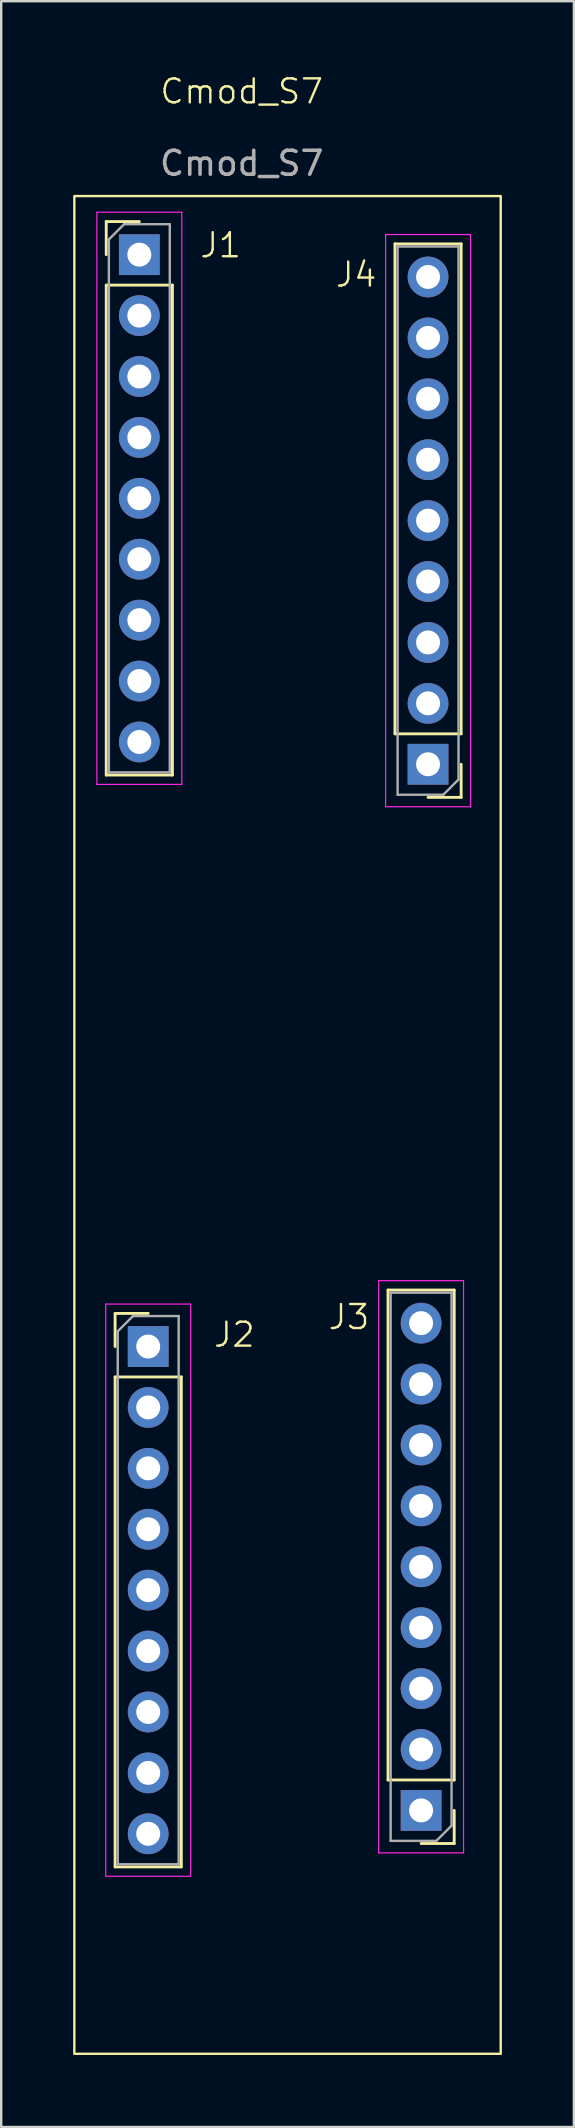
<source format=kicad_pcb>
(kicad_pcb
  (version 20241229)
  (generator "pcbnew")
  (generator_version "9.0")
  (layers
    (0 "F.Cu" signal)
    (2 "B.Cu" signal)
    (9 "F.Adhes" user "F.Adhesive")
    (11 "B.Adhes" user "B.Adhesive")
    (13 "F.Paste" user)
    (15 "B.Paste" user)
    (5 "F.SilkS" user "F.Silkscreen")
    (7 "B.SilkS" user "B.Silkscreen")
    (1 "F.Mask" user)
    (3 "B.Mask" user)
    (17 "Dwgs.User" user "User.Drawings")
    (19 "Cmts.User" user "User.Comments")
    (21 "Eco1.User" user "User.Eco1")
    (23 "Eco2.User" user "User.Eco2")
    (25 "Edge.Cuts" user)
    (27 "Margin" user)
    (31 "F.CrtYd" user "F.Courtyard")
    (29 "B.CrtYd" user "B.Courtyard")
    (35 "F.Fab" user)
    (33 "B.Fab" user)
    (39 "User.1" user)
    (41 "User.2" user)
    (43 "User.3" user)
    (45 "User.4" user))
  (footprint "Cmod_S7"
    (layer "F.Cu")
    (at 7.03 1.26)
    (property "Reference" "Cmod_S7" (at 0 -0.5 0) (unlocked yes) (layer "F.SilkS") (effects (font (size 1 1) (thickness 0.1))))
    (attr smd)
    (fp_line (start -5.65 4.93) (end -4.27 4.93) (stroke (width 0.12) (type solid)) (layer "F.SilkS"))
    (fp_line (start -5.65 6.31) (end -5.65 4.93) (stroke (width 0.12) (type solid)) (layer "F.SilkS"))
    (fp_line (start -5.65 7.58) (end -5.65 28.01) (stroke (width 0.12) (type solid)) (layer "F.SilkS"))
    (fp_line (start -5.65 7.58) (end -2.89 7.58) (stroke (width 0.12) (type solid)) (layer "F.SilkS"))
    (fp_line (start -5.65 28.01) (end -2.89 28.01) (stroke (width 0.12) (type solid)) (layer "F.SilkS"))
    (fp_line (start -5.28 50.46) (end -3.9 50.46) (stroke (width 0.12) (type solid)) (layer "F.SilkS"))
    (fp_line (start -5.28 51.84) (end -5.28 50.46) (stroke (width 0.12) (type solid)) (layer "F.SilkS"))
    (fp_line (start -5.28 53.11) (end -5.28 73.54) (stroke (width 0.12) (type solid)) (layer "F.SilkS"))
    (fp_line (start -5.28 53.11) (end -2.52 53.11) (stroke (width 0.12) (type solid)) (layer "F.SilkS"))
    (fp_line (start -5.28 73.54) (end -2.52 73.54) (stroke (width 0.12) (type solid)) (layer "F.SilkS"))
    (fp_line (start -2.89 7.58) (end -2.89 28.01) (stroke (width 0.12) (type solid)) (layer "F.SilkS"))
    (fp_line (start -2.52 53.11) (end -2.52 73.54) (stroke (width 0.12) (type solid)) (layer "F.SilkS"))
    (fp_line (start 6.1 69.915) (end 6.1 49.485) (stroke (width 0.12) (type solid)) (layer "F.SilkS"))
    (fp_line (start 6.39 26.29) (end 6.39 5.86) (stroke (width 0.12) (type solid)) (layer "F.SilkS"))
    (fp_line (start 8.86 49.485) (end 6.1 49.485) (stroke (width 0.12) (type solid)) (layer "F.SilkS"))
    (fp_line (start 8.86 69.915) (end 6.1 69.915) (stroke (width 0.12) (type solid)) (layer "F.SilkS"))
    (fp_line (start 8.86 69.915) (end 8.86 49.485) (stroke (width 0.12) (type solid)) (layer "F.SilkS"))
    (fp_line (start 8.86 71.185) (end 8.86 72.565) (stroke (width 0.12) (type solid)) (layer "F.SilkS"))
    (fp_line (start 8.86 72.565) (end 7.48 72.565) (stroke (width 0.12) (type solid)) (layer "F.SilkS"))
    (fp_line (start 9.15 5.86) (end 6.39 5.86) (stroke (width 0.12) (type solid)) (layer "F.SilkS"))
    (fp_line (start 9.15 26.29) (end 6.39 26.29) (stroke (width 0.12) (type solid)) (layer "F.SilkS"))
    (fp_line (start 9.15 26.29) (end 9.15 5.86) (stroke (width 0.12) (type solid)) (layer "F.SilkS"))
    (fp_line (start 9.15 27.56) (end 9.15 28.94) (stroke (width 0.12) (type solid)) (layer "F.SilkS"))
    (fp_line (start 9.15 28.94) (end 7.77 28.94) (stroke (width 0.12) (type solid)) (layer "F.SilkS"))
    (fp_rect (start -6.98 3.865) (end 10.8 81.335) (stroke (width 0.1) (type solid)) (fill no) (layer "F.SilkS"))
    (fp_line (start -6.04 4.54) (end -6.04 28.4) (stroke (width 0.05) (type solid)) (layer "F.CrtYd"))
    (fp_line (start -6.04 28.4) (end -2.5 28.4) (stroke (width 0.05) (type solid)) (layer "F.CrtYd"))
    (fp_line (start -5.67 50.07) (end -5.67 73.93) (stroke (width 0.05) (type solid)) (layer "F.CrtYd"))
    (fp_line (start -5.67 73.93) (end -2.13 73.93) (stroke (width 0.05) (type solid)) (layer "F.CrtYd"))
    (fp_line (start -2.5 4.54) (end -6.04 4.54) (stroke (width 0.05) (type solid)) (layer "F.CrtYd"))
    (fp_line (start -2.5 28.4) (end -2.5 4.54) (stroke (width 0.05) (type solid)) (layer "F.CrtYd"))
    (fp_line (start -2.13 50.07) (end -5.67 50.07) (stroke (width 0.05) (type solid)) (layer "F.CrtYd"))
    (fp_line (start -2.13 73.93) (end -2.13 50.07) (stroke (width 0.05) (type solid)) (layer "F.CrtYd"))
    (fp_line (start 5.71 49.095) (end 5.71 72.955) (stroke (width 0.05) (type solid)) (layer "F.CrtYd"))
    (fp_line (start 5.71 72.955) (end 9.25 72.955) (stroke (width 0.05) (type solid)) (layer "F.CrtYd"))
    (fp_line (start 6 5.47) (end 6 29.33) (stroke (width 0.05) (type solid)) (layer "F.CrtYd"))
    (fp_line (start 6 29.33) (end 9.54 29.33) (stroke (width 0.05) (type solid)) (layer "F.CrtYd"))
    (fp_line (start 9.25 49.095) (end 5.71 49.095) (stroke (width 0.05) (type solid)) (layer "F.CrtYd"))
    (fp_line (start 9.25 72.955) (end 9.25 49.095) (stroke (width 0.05) (type solid)) (layer "F.CrtYd"))
    (fp_line (start 9.54 5.47) (end 6 5.47) (stroke (width 0.05) (type solid)) (layer "F.CrtYd"))
    (fp_line (start 9.54 29.33) (end 9.54 5.47) (stroke (width 0.05) (type solid)) (layer "F.CrtYd"))
    (fp_line (start -5.54 5.675) (end -4.905 5.04) (stroke (width 0.1) (type solid)) (layer "F.Fab"))
    (fp_line (start -5.54 27.9) (end -5.54 5.675) (stroke (width 0.1) (type solid)) (layer "F.Fab"))
    (fp_line (start -5.17 51.205) (end -4.535 50.57) (stroke (width 0.1) (type solid)) (layer "F.Fab"))
    (fp_line (start -5.17 73.43) (end -5.17 51.205) (stroke (width 0.1) (type solid)) (layer "F.Fab"))
    (fp_line (start -4.905 5.04) (end -3 5.04) (stroke (width 0.1) (type solid)) (layer "F.Fab"))
    (fp_line (start -4.535 50.57) (end -2.63 50.57) (stroke (width 0.1) (type solid)) (layer "F.Fab"))
    (fp_line (start -3 5.04) (end -3 27.9) (stroke (width 0.1) (type solid)) (layer "F.Fab"))
    (fp_line (start -3 27.9) (end -5.54 27.9) (stroke (width 0.1) (type solid)) (layer "F.Fab"))
    (fp_line (start -2.63 50.57) (end -2.63 73.43) (stroke (width 0.1) (type solid)) (layer "F.Fab"))
    (fp_line (start -2.63 73.43) (end -5.17 73.43) (stroke (width 0.1) (type solid)) (layer "F.Fab"))
    (fp_line (start 6.21 49.595) (end 8.75 49.595) (stroke (width 0.1) (type solid)) (layer "F.Fab"))
    (fp_line (start 6.21 72.455) (end 6.21 49.595) (stroke (width 0.1) (type solid)) (layer "F.Fab"))
    (fp_line (start 6.5 5.97) (end 9.04 5.97) (stroke (width 0.1) (type solid)) (layer "F.Fab"))
    (fp_line (start 6.5 28.83) (end 6.5 5.97) (stroke (width 0.1) (type solid)) (layer "F.Fab"))
    (fp_line (start 8.115 72.455) (end 6.21 72.455) (stroke (width 0.1) (type solid)) (layer "F.Fab"))
    (fp_line (start 8.405 28.83) (end 6.5 28.83) (stroke (width 0.1) (type solid)) (layer "F.Fab"))
    (fp_line (start 8.75 49.595) (end 8.75 71.82) (stroke (width 0.1) (type solid)) (layer "F.Fab"))
    (fp_line (start 8.75 71.82) (end 8.115 72.455) (stroke (width 0.1) (type solid)) (layer "F.Fab"))
    (fp_line (start 9.04 5.97) (end 9.04 28.195) (stroke (width 0.1) (type solid)) (layer "F.Fab"))
    (fp_line (start 9.04 28.195) (end 8.405 28.83) (stroke (width 0.1) (type solid)) (layer "F.Fab"))
    (fp_text user "J2" (at -1.23 51.93 0) (unlocked yes) (layer "F.SilkS") (effects (font (size 1 1) (thickness 0.1)) (justify left bottom)))
    (fp_text user "J4" (at 3.85 7.725 0) (unlocked yes) (layer "F.SilkS") (effects (font (size 1 1) (thickness 0.1)) (justify left bottom)))
    (fp_text user "J1" (at -1.8 6.5 0) (unlocked yes) (layer "F.SilkS") (effects (font (size 1 1) (thickness 0.1)) (justify left bottom)))
    (fp_text user "J3" (at 3.55 51.195 0) (unlocked yes) (layer "F.SilkS") (effects (font (size 1 1) (thickness 0.1)) (justify left bottom)))
    (fp_text user "${REFERENCE}" (at 0 2.5 0) (unlocked yes) (layer "F.Fab") (effects (font (size 1 1) (thickness 0.15))))
    (pad "1" thru_hole rect (at -4.27 6.31) (size 1.7 1.7) (drill 1) (layers "*.Cu" "*.Mask"))
    (pad "2" thru_hole circle (at -4.27 8.85) (size 1.7 1.7) (drill 1) (layers "*.Cu" "*.Mask"))
    (pad "3" thru_hole circle (at -4.27 11.39) (size 1.7 1.7) (drill 1) (layers "*.Cu" "*.Mask"))
    (pad "4" thru_hole circle (at -4.27 13.93) (size 1.7 1.7) (drill 1) (layers "*.Cu" "*.Mask"))
    (pad "5" thru_hole circle (at -4.27 16.47) (size 1.7 1.7) (drill 1) (layers "*.Cu" "*.Mask"))
    (pad "6" thru_hole circle (at -4.27 19.01) (size 1.7 1.7) (drill 1) (layers "*.Cu" "*.Mask"))
    (pad "7" thru_hole circle (at -4.27 21.55) (size 1.7 1.7) (drill 1) (layers "*.Cu" "*.Mask"))
    (pad "8" thru_hole circle (at -4.27 24.09) (size 1.7 1.7) (drill 1) (layers "*.Cu" "*.Mask"))
    (pad "9" thru_hole circle (at -4.27 26.63) (size 1.7 1.7) (drill 1) (layers "*.Cu" "*.Mask"))
    (pad "16" thru_hole rect (at -3.9 51.84) (size 1.7 1.7) (drill 1) (layers "*.Cu" "*.Mask"))
    (pad "17" thru_hole circle (at -3.9 54.38) (size 1.7 1.7) (drill 1) (layers "*.Cu" "*.Mask"))
    (pad "18" thru_hole circle (at -3.9 56.92) (size 1.7 1.7) (drill 1) (layers "*.Cu" "*.Mask"))
    (pad "19" thru_hole circle (at -3.9 59.46) (size 1.7 1.7) (drill 1) (layers "*.Cu" "*.Mask"))
    (pad "20" thru_hole circle (at -3.9 62) (size 1.7 1.7) (drill 1) (layers "*.Cu" "*.Mask"))
    (pad "21" thru_hole circle (at -3.9 64.54) (size 1.7 1.7) (drill 1) (layers "*.Cu" "*.Mask"))
    (pad "22" thru_hole circle (at -3.9 67.08) (size 1.7 1.7) (drill 1) (layers "*.Cu" "*.Mask"))
    (pad "23" thru_hole circle (at -3.9 69.62) (size 1.7 1.7) (drill 1) (layers "*.Cu" "*.Mask"))
    (pad "24" thru_hole circle (at -3.9 72.16) (size 1.7 1.7) (drill 1) (layers "*.Cu" "*.Mask"))
    (pad "25" thru_hole rect (at 7.48 71.185 180) (size 1.7 1.7) (drill 1) (layers "*.Cu" "*.Mask"))
    (pad "26" thru_hole circle (at 7.48 68.645 180) (size 1.7 1.7) (drill 1) (layers "*.Cu" "*.Mask"))
    (pad "27" thru_hole circle (at 7.48 66.105 180) (size 1.7 1.7) (drill 1) (layers "*.Cu" "*.Mask"))
    (pad "28" thru_hole circle (at 7.48 63.565 180) (size 1.7 1.7) (drill 1) (layers "*.Cu" "*.Mask"))
    (pad "29" thru_hole circle (at 7.48 61.025 180) (size 1.7 1.7) (drill 1) (layers "*.Cu" "*.Mask"))
    (pad "30" thru_hole circle (at 7.48 58.485 180) (size 1.7 1.7) (drill 1) (layers "*.Cu" "*.Mask"))
    (pad "31" thru_hole circle (at 7.48 55.945 180) (size 1.7 1.7) (drill 1) (layers "*.Cu" "*.Mask"))
    (pad "32" thru_hole circle (at 7.48 53.405 180) (size 1.7 1.7) (drill 1) (layers "*.Cu" "*.Mask"))
    (pad "33" thru_hole circle (at 7.48 50.865 180) (size 1.7 1.7) (drill 1) (layers "*.Cu" "*.Mask"))
    (pad "40" thru_hole rect (at 7.77 27.56 180) (size 1.7 1.7) (drill 1) (layers "*.Cu" "*.Mask"))
    (pad "41" thru_hole circle (at 7.77 25.02 180) (size 1.7 1.7) (drill 1) (layers "*.Cu" "*.Mask"))
    (pad "42" thru_hole circle (at 7.77 22.48 180) (size 1.7 1.7) (drill 1) (layers "*.Cu" "*.Mask"))
    (pad "43" thru_hole circle (at 7.77 19.94 180) (size 1.7 1.7) (drill 1) (layers "*.Cu" "*.Mask"))
    (pad "44" thru_hole circle (at 7.77 17.4 180) (size 1.7 1.7) (drill 1) (layers "*.Cu" "*.Mask"))
    (pad "45" thru_hole circle (at 7.77 14.86 180) (size 1.7 1.7) (drill 1) (layers "*.Cu" "*.Mask"))
    (pad "46" thru_hole circle (at 7.77 12.32 180) (size 1.7 1.7) (drill 1) (layers "*.Cu" "*.Mask"))
    (pad "47" thru_hole circle (at 7.77 9.78 180) (size 1.7 1.7) (drill 1) (layers "*.Cu" "*.Mask"))
    (pad "48" thru_hole circle (at 7.77 7.24 180) (size 1.7 1.7) (drill 1) (layers "*.Cu" "*.Mask")))
  (gr_rect
    (start -3 -3)
    (end 20.88 85.645)
    (stroke (width 0.1) (type default))
    (fill no)
    (layer "Edge.Cuts")))
</source>
